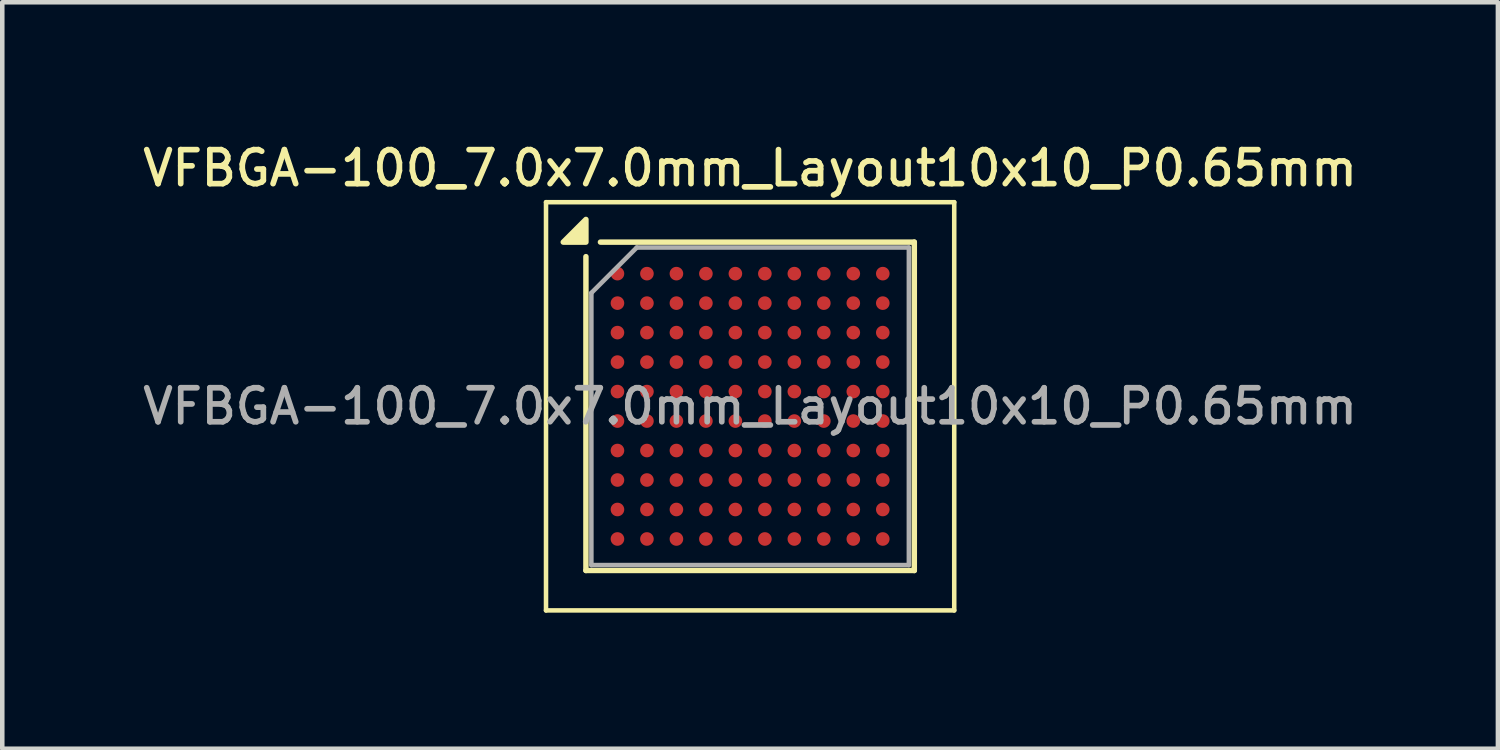
<source format=kicad_pcb>
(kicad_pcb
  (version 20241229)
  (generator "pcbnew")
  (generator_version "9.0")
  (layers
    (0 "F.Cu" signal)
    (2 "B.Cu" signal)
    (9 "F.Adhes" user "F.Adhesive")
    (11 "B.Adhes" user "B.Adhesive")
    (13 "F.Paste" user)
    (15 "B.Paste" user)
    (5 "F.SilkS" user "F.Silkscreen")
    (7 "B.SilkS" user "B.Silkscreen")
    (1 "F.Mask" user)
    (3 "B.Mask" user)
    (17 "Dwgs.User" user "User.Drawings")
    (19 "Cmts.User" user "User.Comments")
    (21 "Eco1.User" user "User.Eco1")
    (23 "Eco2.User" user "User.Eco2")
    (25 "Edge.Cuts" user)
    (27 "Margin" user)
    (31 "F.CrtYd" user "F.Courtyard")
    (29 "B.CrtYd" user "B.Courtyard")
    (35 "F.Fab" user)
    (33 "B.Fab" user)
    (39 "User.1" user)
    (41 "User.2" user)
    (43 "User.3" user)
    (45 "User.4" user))
  (footprint "VFBGA-100_7.0x7.0mm_Layout10x10_P0.65mm"
    (layer "F.Cu")
    (at 13.488 5.908)
    (property "Reference" "VFBGA-100_7.0x7.0mm_Layout10x10_P0.65mm" (at 0 -5.25 0) (layer "F.SilkS") (effects (font (size 0.75 0.75) (thickness 0.125))))
    (attr smd)
    (fp_line (start -4.5 -4.5) (end -4.5 4.5) (stroke (width 0.1) (type solid)) (layer "F.SilkS"))
    (fp_line (start -4.5 -4.5) (end 4.5 -4.5) (stroke (width 0.1) (type solid)) (layer "F.SilkS"))
    (fp_line (start -3.62 -3.3) (end -3.62 3.62) (stroke (width 0.12) (type solid)) (layer "F.SilkS"))
    (fp_line (start -3.62 3.62) (end 3.62 3.62) (stroke (width 0.12) (type solid)) (layer "F.SilkS"))
    (fp_line (start 3.62 -3.62) (end -3.3 -3.62) (stroke (width 0.12) (type solid)) (layer "F.SilkS"))
    (fp_line (start 3.62 3.62) (end 3.62 -3.62) (stroke (width 0.12) (type solid)) (layer "F.SilkS"))
    (fp_line (start 4.5 4.5) (end -4.5 4.5) (stroke (width 0.1) (type solid)) (layer "F.SilkS"))
    (fp_line (start 4.5 4.5) (end 4.5 -4.5) (stroke (width 0.1) (type solid)) (layer "F.SilkS"))
    (fp_poly (pts (xy -3.62 -3.62) (xy -4.12 -3.62) (xy -3.62 -4.12) (xy -3.62 -3.62)) (stroke (width 0.12) (type solid)) (fill yes) (layer "F.SilkS"))
    (fp_line (start -3.5 -2.5) (end -3.5 3.5) (stroke (width 0.1) (type solid)) (layer "F.Fab"))
    (fp_line (start -3.5 3.5) (end 3.5 3.5) (stroke (width 0.1) (type solid)) (layer "F.Fab"))
    (fp_line (start -2.5 -3.5) (end -3.5 -2.5) (stroke (width 0.1) (type solid)) (layer "F.Fab"))
    (fp_line (start 3.5 -3.5) (end -2.5 -3.5) (stroke (width 0.1) (type solid)) (layer "F.Fab"))
    (fp_line (start 3.5 3.5) (end 3.5 -3.5) (stroke (width 0.1) (type solid)) (layer "F.Fab"))
    (fp_text user "${REFERENCE}" (at 0 0 0) (layer "F.Fab") (effects (font (size 0.75 0.75) (thickness 0.125))))
    (pad "A1" smd circle (at -2.925 -2.925) (size 0.3 0.3) (property pad_prop_bga) (layers "F.Cu" "F.Mask" "F.Paste"))
    (pad "A2" smd circle (at -2.275 -2.925) (size 0.3 0.3) (property pad_prop_bga) (layers "F.Cu" "F.Mask" "F.Paste"))
    (pad "A3" smd circle (at -1.625 -2.925) (size 0.3 0.3) (property pad_prop_bga) (layers "F.Cu" "F.Mask" "F.Paste"))
    (pad "A4" smd circle (at -0.975 -2.925) (size 0.3 0.3) (property pad_prop_bga) (layers "F.Cu" "F.Mask" "F.Paste"))
    (pad "A5" smd circle (at -0.325 -2.925) (size 0.3 0.3) (property pad_prop_bga) (layers "F.Cu" "F.Mask" "F.Paste"))
    (pad "A6" smd circle (at 0.325 -2.925) (size 0.3 0.3) (property pad_prop_bga) (layers "F.Cu" "F.Mask" "F.Paste"))
    (pad "A7" smd circle (at 0.975 -2.925) (size 0.3 0.3) (property pad_prop_bga) (layers "F.Cu" "F.Mask" "F.Paste"))
    (pad "A8" smd circle (at 1.625 -2.925) (size 0.3 0.3) (property pad_prop_bga) (layers "F.Cu" "F.Mask" "F.Paste"))
    (pad "A9" smd circle (at 2.275 -2.925) (size 0.3 0.3) (property pad_prop_bga) (layers "F.Cu" "F.Mask" "F.Paste"))
    (pad "A10" smd circle (at 2.925 -2.925) (size 0.3 0.3) (property pad_prop_bga) (layers "F.Cu" "F.Mask" "F.Paste"))
    (pad "B1" smd circle (at -2.925 -2.275) (size 0.3 0.3) (property pad_prop_bga) (layers "F.Cu" "F.Mask" "F.Paste"))
    (pad "B2" smd circle (at -2.275 -2.275) (size 0.3 0.3) (property pad_prop_bga) (layers "F.Cu" "F.Mask" "F.Paste"))
    (pad "B3" smd circle (at -1.625 -2.275) (size 0.3 0.3) (property pad_prop_bga) (layers "F.Cu" "F.Mask" "F.Paste"))
    (pad "B4" smd circle (at -0.975 -2.275) (size 0.3 0.3) (property pad_prop_bga) (layers "F.Cu" "F.Mask" "F.Paste"))
    (pad "B5" smd circle (at -0.325 -2.275) (size 0.3 0.3) (property pad_prop_bga) (layers "F.Cu" "F.Mask" "F.Paste"))
    (pad "B6" smd circle (at 0.325 -2.275) (size 0.3 0.3) (property pad_prop_bga) (layers "F.Cu" "F.Mask" "F.Paste"))
    (pad "B7" smd circle (at 0.975 -2.275) (size 0.3 0.3) (property pad_prop_bga) (layers "F.Cu" "F.Mask" "F.Paste"))
    (pad "B8" smd circle (at 1.625 -2.275) (size 0.3 0.3) (property pad_prop_bga) (layers "F.Cu" "F.Mask" "F.Paste"))
    (pad "B9" smd circle (at 2.275 -2.275) (size 0.3 0.3) (property pad_prop_bga) (layers "F.Cu" "F.Mask" "F.Paste"))
    (pad "B10" smd circle (at 2.925 -2.275) (size 0.3 0.3) (property pad_prop_bga) (layers "F.Cu" "F.Mask" "F.Paste"))
    (pad "C1" smd circle (at -2.925 -1.625) (size 0.3 0.3) (property pad_prop_bga) (layers "F.Cu" "F.Mask" "F.Paste"))
    (pad "C2" smd circle (at -2.275 -1.625) (size 0.3 0.3) (property pad_prop_bga) (layers "F.Cu" "F.Mask" "F.Paste"))
    (pad "C3" smd circle (at -1.625 -1.625) (size 0.3 0.3) (property pad_prop_bga) (layers "F.Cu" "F.Mask" "F.Paste"))
    (pad "C4" smd circle (at -0.975 -1.625) (size 0.3 0.3) (property pad_prop_bga) (layers "F.Cu" "F.Mask" "F.Paste"))
    (pad "C5" smd circle (at -0.325 -1.625) (size 0.3 0.3) (property pad_prop_bga) (layers "F.Cu" "F.Mask" "F.Paste"))
    (pad "C6" smd circle (at 0.325 -1.625) (size 0.3 0.3) (property pad_prop_bga) (layers "F.Cu" "F.Mask" "F.Paste"))
    (pad "C7" smd circle (at 0.975 -1.625) (size 0.3 0.3) (property pad_prop_bga) (layers "F.Cu" "F.Mask" "F.Paste"))
    (pad "C8" smd circle (at 1.625 -1.625) (size 0.3 0.3) (property pad_prop_bga) (layers "F.Cu" "F.Mask" "F.Paste"))
    (pad "C9" smd circle (at 2.275 -1.625) (size 0.3 0.3) (property pad_prop_bga) (layers "F.Cu" "F.Mask" "F.Paste"))
    (pad "C10" smd circle (at 2.925 -1.625) (size 0.3 0.3) (property pad_prop_bga) (layers "F.Cu" "F.Mask" "F.Paste"))
    (pad "D1" smd circle (at -2.925 -0.975) (size 0.3 0.3) (property pad_prop_bga) (layers "F.Cu" "F.Mask" "F.Paste"))
    (pad "D2" smd circle (at -2.275 -0.975) (size 0.3 0.3) (property pad_prop_bga) (layers "F.Cu" "F.Mask" "F.Paste"))
    (pad "D3" smd circle (at -1.625 -0.975) (size 0.3 0.3) (property pad_prop_bga) (layers "F.Cu" "F.Mask" "F.Paste"))
    (pad "D4" smd circle (at -0.975 -0.975) (size 0.3 0.3) (property pad_prop_bga) (layers "F.Cu" "F.Mask" "F.Paste"))
    (pad "D5" smd circle (at -0.325 -0.975) (size 0.3 0.3) (property pad_prop_bga) (layers "F.Cu" "F.Mask" "F.Paste"))
    (pad "D6" smd circle (at 0.325 -0.975) (size 0.3 0.3) (property pad_prop_bga) (layers "F.Cu" "F.Mask" "F.Paste"))
    (pad "D7" smd circle (at 0.975 -0.975) (size 0.3 0.3) (property pad_prop_bga) (layers "F.Cu" "F.Mask" "F.Paste"))
    (pad "D8" smd circle (at 1.625 -0.975) (size 0.3 0.3) (property pad_prop_bga) (layers "F.Cu" "F.Mask" "F.Paste"))
    (pad "D9" smd circle (at 2.275 -0.975) (size 0.3 0.3) (property pad_prop_bga) (layers "F.Cu" "F.Mask" "F.Paste"))
    (pad "D10" smd circle (at 2.925 -0.975) (size 0.3 0.3) (property pad_prop_bga) (layers "F.Cu" "F.Mask" "F.Paste"))
    (pad "E1" smd circle (at -2.925 -0.325) (size 0.3 0.3) (property pad_prop_bga) (layers "F.Cu" "F.Mask" "F.Paste"))
    (pad "E2" smd circle (at -2.275 -0.325) (size 0.3 0.3) (property pad_prop_bga) (layers "F.Cu" "F.Mask" "F.Paste"))
    (pad "E3" smd circle (at -1.625 -0.325) (size 0.3 0.3) (property pad_prop_bga) (layers "F.Cu" "F.Mask" "F.Paste"))
    (pad "E4" smd circle (at -0.975 -0.325) (size 0.3 0.3) (property pad_prop_bga) (layers "F.Cu" "F.Mask" "F.Paste"))
    (pad "E5" smd circle (at -0.325 -0.325) (size 0.3 0.3) (property pad_prop_bga) (layers "F.Cu" "F.Mask" "F.Paste"))
    (pad "E6" smd circle (at 0.325 -0.325) (size 0.3 0.3) (property pad_prop_bga) (layers "F.Cu" "F.Mask" "F.Paste"))
    (pad "E7" smd circle (at 0.975 -0.325) (size 0.3 0.3) (property pad_prop_bga) (layers "F.Cu" "F.Mask" "F.Paste"))
    (pad "E8" smd circle (at 1.625 -0.325) (size 0.3 0.3) (property pad_prop_bga) (layers "F.Cu" "F.Mask" "F.Paste"))
    (pad "E9" smd circle (at 2.275 -0.325) (size 0.3 0.3) (property pad_prop_bga) (layers "F.Cu" "F.Mask" "F.Paste"))
    (pad "E10" smd circle (at 2.925 -0.325) (size 0.3 0.3) (property pad_prop_bga) (layers "F.Cu" "F.Mask" "F.Paste"))
    (pad "F1" smd circle (at -2.925 0.325) (size 0.3 0.3) (property pad_prop_bga) (layers "F.Cu" "F.Mask" "F.Paste"))
    (pad "F2" smd circle (at -2.275 0.325) (size 0.3 0.3) (property pad_prop_bga) (layers "F.Cu" "F.Mask" "F.Paste"))
    (pad "F3" smd circle (at -1.625 0.325) (size 0.3 0.3) (property pad_prop_bga) (layers "F.Cu" "F.Mask" "F.Paste"))
    (pad "F4" smd circle (at -0.975 0.325) (size 0.3 0.3) (property pad_prop_bga) (layers "F.Cu" "F.Mask" "F.Paste"))
    (pad "F5" smd circle (at -0.325 0.325) (size 0.3 0.3) (property pad_prop_bga) (layers "F.Cu" "F.Mask" "F.Paste"))
    (pad "F6" smd circle (at 0.325 0.325) (size 0.3 0.3) (property pad_prop_bga) (layers "F.Cu" "F.Mask" "F.Paste"))
    (pad "F7" smd circle (at 0.975 0.325) (size 0.3 0.3) (property pad_prop_bga) (layers "F.Cu" "F.Mask" "F.Paste"))
    (pad "F8" smd circle (at 1.625 0.325) (size 0.3 0.3) (property pad_prop_bga) (layers "F.Cu" "F.Mask" "F.Paste"))
    (pad "F9" smd circle (at 2.275 0.325) (size 0.3 0.3) (property pad_prop_bga) (layers "F.Cu" "F.Mask" "F.Paste"))
    (pad "F10" smd circle (at 2.925 0.325) (size 0.3 0.3) (property pad_prop_bga) (layers "F.Cu" "F.Mask" "F.Paste"))
    (pad "G1" smd circle (at -2.925 0.975) (size 0.3 0.3) (property pad_prop_bga) (layers "F.Cu" "F.Mask" "F.Paste"))
    (pad "G2" smd circle (at -2.275 0.975) (size 0.3 0.3) (property pad_prop_bga) (layers "F.Cu" "F.Mask" "F.Paste"))
    (pad "G3" smd circle (at -1.625 0.975) (size 0.3 0.3) (property pad_prop_bga) (layers "F.Cu" "F.Mask" "F.Paste"))
    (pad "G4" smd circle (at -0.975 0.975) (size 0.3 0.3) (property pad_prop_bga) (layers "F.Cu" "F.Mask" "F.Paste"))
    (pad "G5" smd circle (at -0.325 0.975) (size 0.3 0.3) (property pad_prop_bga) (layers "F.Cu" "F.Mask" "F.Paste"))
    (pad "G6" smd circle (at 0.325 0.975) (size 0.3 0.3) (property pad_prop_bga) (layers "F.Cu" "F.Mask" "F.Paste"))
    (pad "G7" smd circle (at 0.975 0.975) (size 0.3 0.3) (property pad_prop_bga) (layers "F.Cu" "F.Mask" "F.Paste"))
    (pad "G8" smd circle (at 1.625 0.975) (size 0.3 0.3) (property pad_prop_bga) (layers "F.Cu" "F.Mask" "F.Paste"))
    (pad "G9" smd circle (at 2.275 0.975) (size 0.3 0.3) (property pad_prop_bga) (layers "F.Cu" "F.Mask" "F.Paste"))
    (pad "G10" smd circle (at 2.925 0.975) (size 0.3 0.3) (property pad_prop_bga) (layers "F.Cu" "F.Mask" "F.Paste"))
    (pad "H1" smd circle (at -2.925 1.625) (size 0.3 0.3) (property pad_prop_bga) (layers "F.Cu" "F.Mask" "F.Paste"))
    (pad "H2" smd circle (at -2.275 1.625) (size 0.3 0.3) (property pad_prop_bga) (layers "F.Cu" "F.Mask" "F.Paste"))
    (pad "H3" smd circle (at -1.625 1.625) (size 0.3 0.3) (property pad_prop_bga) (layers "F.Cu" "F.Mask" "F.Paste"))
    (pad "H4" smd circle (at -0.975 1.625) (size 0.3 0.3) (property pad_prop_bga) (layers "F.Cu" "F.Mask" "F.Paste"))
    (pad "H5" smd circle (at -0.325 1.625) (size 0.3 0.3) (property pad_prop_bga) (layers "F.Cu" "F.Mask" "F.Paste"))
    (pad "H6" smd circle (at 0.325 1.625) (size 0.3 0.3) (property pad_prop_bga) (layers "F.Cu" "F.Mask" "F.Paste"))
    (pad "H7" smd circle (at 0.975 1.625) (size 0.3 0.3) (property pad_prop_bga) (layers "F.Cu" "F.Mask" "F.Paste"))
    (pad "H8" smd circle (at 1.625 1.625) (size 0.3 0.3) (property pad_prop_bga) (layers "F.Cu" "F.Mask" "F.Paste"))
    (pad "H9" smd circle (at 2.275 1.625) (size 0.3 0.3) (property pad_prop_bga) (layers "F.Cu" "F.Mask" "F.Paste"))
    (pad "H10" smd circle (at 2.925 1.625) (size 0.3 0.3) (property pad_prop_bga) (layers "F.Cu" "F.Mask" "F.Paste"))
    (pad "J1" smd circle (at -2.925 2.275) (size 0.3 0.3) (property pad_prop_bga) (layers "F.Cu" "F.Mask" "F.Paste"))
    (pad "J2" smd circle (at -2.275 2.275) (size 0.3 0.3) (property pad_prop_bga) (layers "F.Cu" "F.Mask" "F.Paste"))
    (pad "J3" smd circle (at -1.625 2.275) (size 0.3 0.3) (property pad_prop_bga) (layers "F.Cu" "F.Mask" "F.Paste"))
    (pad "J4" smd circle (at -0.975 2.275) (size 0.3 0.3) (property pad_prop_bga) (layers "F.Cu" "F.Mask" "F.Paste"))
    (pad "J5" smd circle (at -0.325 2.275) (size 0.3 0.3) (property pad_prop_bga) (layers "F.Cu" "F.Mask" "F.Paste"))
    (pad "J6" smd circle (at 0.325 2.275) (size 0.3 0.3) (property pad_prop_bga) (layers "F.Cu" "F.Mask" "F.Paste"))
    (pad "J7" smd circle (at 0.975 2.275) (size 0.3 0.3) (property pad_prop_bga) (layers "F.Cu" "F.Mask" "F.Paste"))
    (pad "J8" smd circle (at 1.625 2.275) (size 0.3 0.3) (property pad_prop_bga) (layers "F.Cu" "F.Mask" "F.Paste"))
    (pad "J9" smd circle (at 2.275 2.275) (size 0.3 0.3) (property pad_prop_bga) (layers "F.Cu" "F.Mask" "F.Paste"))
    (pad "J10" smd circle (at 2.925 2.275) (size 0.3 0.3) (property pad_prop_bga) (layers "F.Cu" "F.Mask" "F.Paste"))
    (pad "K1" smd circle (at -2.925 2.925) (size 0.3 0.3) (property pad_prop_bga) (layers "F.Cu" "F.Mask" "F.Paste"))
    (pad "K2" smd circle (at -2.275 2.925) (size 0.3 0.3) (property pad_prop_bga) (layers "F.Cu" "F.Mask" "F.Paste"))
    (pad "K3" smd circle (at -1.625 2.925) (size 0.3 0.3) (property pad_prop_bga) (layers "F.Cu" "F.Mask" "F.Paste"))
    (pad "K4" smd circle (at -0.975 2.925) (size 0.3 0.3) (property pad_prop_bga) (layers "F.Cu" "F.Mask" "F.Paste"))
    (pad "K5" smd circle (at -0.325 2.925) (size 0.3 0.3) (property pad_prop_bga) (layers "F.Cu" "F.Mask" "F.Paste"))
    (pad "K6" smd circle (at 0.325 2.925) (size 0.3 0.3) (property pad_prop_bga) (layers "F.Cu" "F.Mask" "F.Paste"))
    (pad "K7" smd circle (at 0.975 2.925) (size 0.3 0.3) (property pad_prop_bga) (layers "F.Cu" "F.Mask" "F.Paste"))
    (pad "K8" smd circle (at 1.625 2.925) (size 0.3 0.3) (property pad_prop_bga) (layers "F.Cu" "F.Mask" "F.Paste"))
    (pad "K9" smd circle (at 2.275 2.925) (size 0.3 0.3) (property pad_prop_bga) (layers "F.Cu" "F.Mask" "F.Paste"))
    (pad "K10" smd circle (at 2.925 2.925) (size 0.3 0.3) (property pad_prop_bga) (layers "F.Cu" "F.Mask" "F.Paste")))
  (gr_rect
    (start -3 -3)
    (end 29.975 13.458)
    (stroke (width 0.1) (type default))
    (fill no)
    (layer "Edge.Cuts")))
</source>
